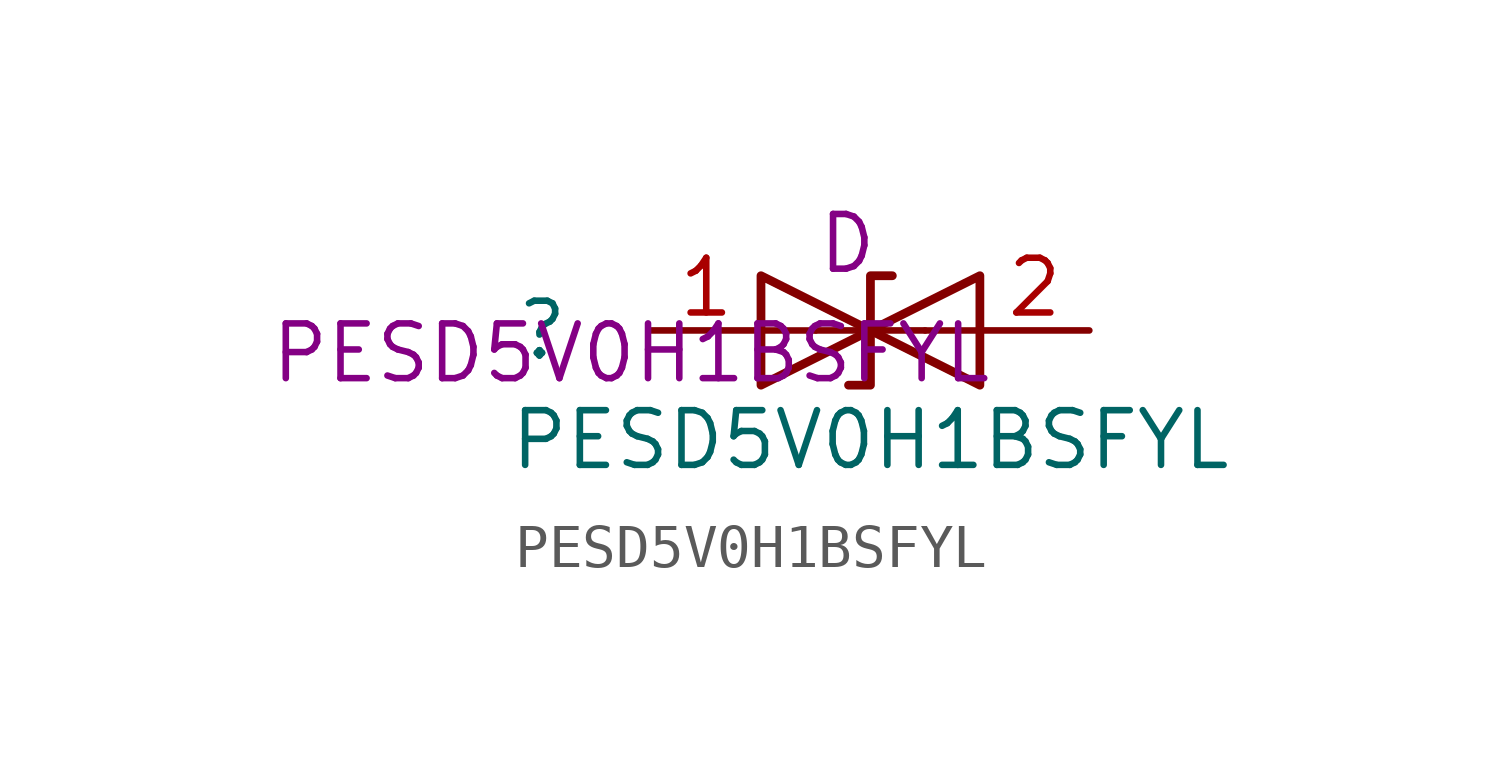
<source format=kicad_sym>
(kicad_symbol_lib
  (version 20211014)
  (generator kicad_symbol_editor)
  (symbol "PESD5V0H1BSFYL"
    (pin_names hide)
    (property "Reference" ""
      (at -7.62 0 0)
      (effects (font (size 1.27 1.27))))
    (property "Value" "PESD5V0H1BSFYL"
      (at 0 -2.54 0)
      (effects (font (size 1.27 1.27))))
    (property "Reference_1" "D"
      (at -1.27 1.27 0)
      (effects (font (size 1.27 1.27)) (justify left bottom)))
    (property "Value_1" "PESD5V0H1BSFYL"
      (at -13.97 -1.27 0)
      (effects (font (size 1.27 1.27)) (justify left bottom)))
    (symbol "PESD5V0H1BSFYL_0_1"
      (polyline (pts (xy -1.27 0) (xy -2.54 0)) (stroke (width 0.152) (type default) (color 0 0 0 0)) (fill (type none)))
      (polyline (pts (xy 1.27 0) (xy -1.27 0)) (stroke (width 0) (type default) (color 0 0 0 0)) (fill (type none)))
      (polyline (pts (xy 1.27 0) (xy 2.54 0)) (stroke (width 0.152) (type default) (color 0 0 0 0)) (fill (type none)))
      (polyline (pts (xy -2.54 -1.27) (xy 0 0) (xy -2.54 1.27) (xy -2.54 -1.27)) (stroke (width 0.203) (type default) (color 0 0 0 0)) (fill (type none)))
      (polyline (pts (xy 0.508 1.27) (xy 0 1.27) (xy 0 -1.27) (xy -0.508 -1.27)) (stroke (width 0.203) (type default) (color 0 0 0 0)) (fill (type none)))
      (polyline (pts (xy 2.54 1.27) (xy 2.54 -1.27) (xy 0 0) (xy 2.54 1.27)) (stroke (width 0.203) (type default) (color 0 0 0 0)) (fill (type none))))
    (symbol "PESD5V0H1BSFYL_1_1"
      (pin passive line (at -5.08 0 0) (length 2.54) (name "A1" (effects (font (size 1.27 1.27)))) (number "1" (effects (font (size 1.27 1.27)))))
      (pin passive line (at 5.08 0 180) (length 2.54) (name "A2" (effects (font (size 1.27 1.27)))) (number "2" (effects (font (size 1.27 1.27))))))))
</source>
